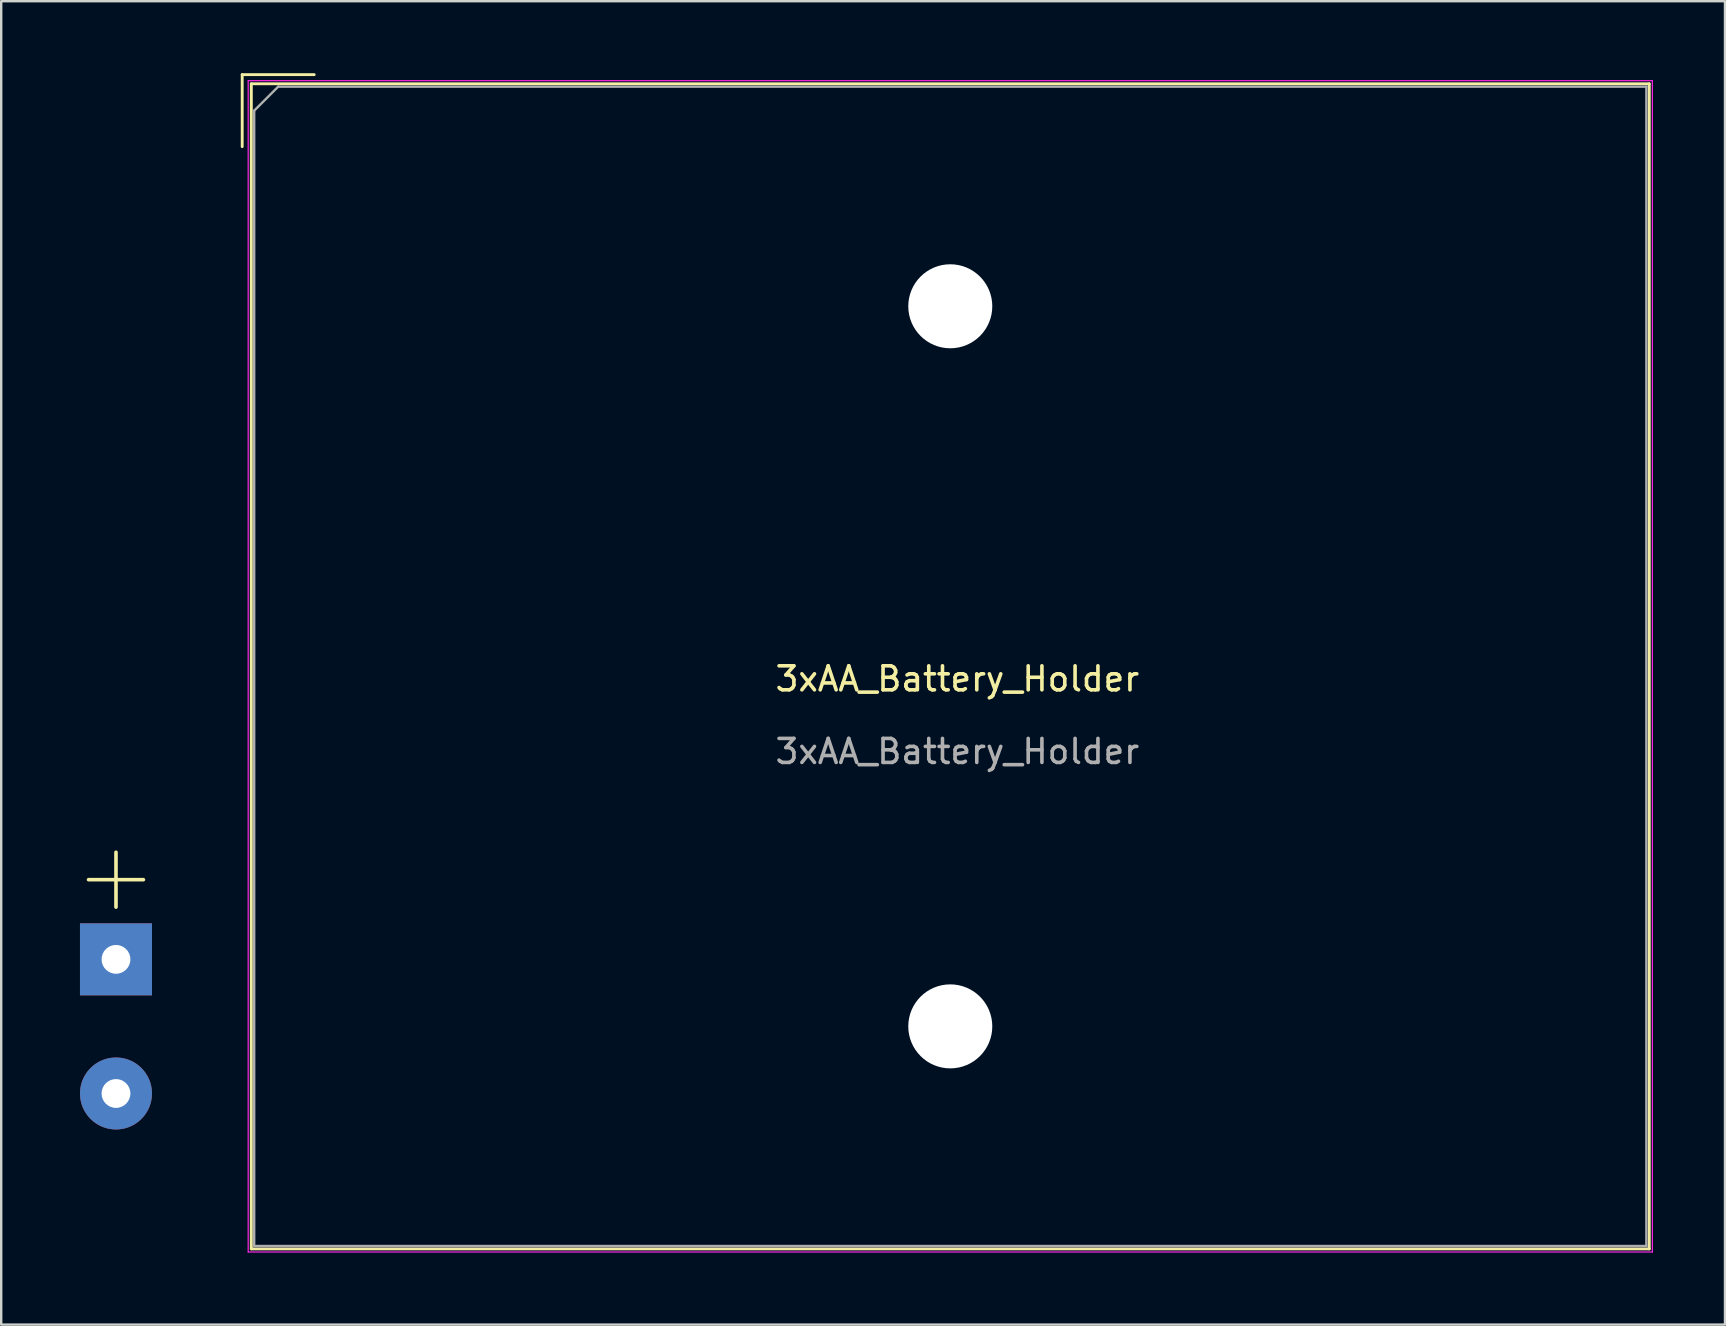
<source format=kicad_pcb>
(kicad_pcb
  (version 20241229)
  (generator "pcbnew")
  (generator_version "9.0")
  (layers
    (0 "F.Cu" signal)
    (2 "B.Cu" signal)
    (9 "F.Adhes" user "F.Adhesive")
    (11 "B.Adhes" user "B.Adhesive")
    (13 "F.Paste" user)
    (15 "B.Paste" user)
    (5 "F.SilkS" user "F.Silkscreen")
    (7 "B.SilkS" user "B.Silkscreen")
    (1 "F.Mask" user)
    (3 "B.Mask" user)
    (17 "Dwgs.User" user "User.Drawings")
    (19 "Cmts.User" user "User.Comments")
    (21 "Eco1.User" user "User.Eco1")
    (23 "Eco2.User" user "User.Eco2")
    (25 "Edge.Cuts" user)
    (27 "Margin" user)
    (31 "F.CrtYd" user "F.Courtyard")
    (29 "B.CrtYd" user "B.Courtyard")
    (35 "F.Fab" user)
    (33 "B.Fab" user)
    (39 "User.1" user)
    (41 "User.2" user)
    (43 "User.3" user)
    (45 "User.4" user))
  (footprint "3xAA_Battery_Holder"
    (layer "F.Cu")
    (at 36.834 24.726)
    (property "Reference" "3xAA_Battery_Holder" (at 0 0.508 0) (unlocked yes) (layer "F.SilkS") (effects (font (size 1 1) (thickness 0.15))))
    (attr through_hole)
    (fp_line (start -29.794 -24.666) (end -26.794 -24.666) (stroke (width 0.12) (type solid)) (layer "F.SilkS"))
    (fp_line (start -29.794 -21.666) (end -29.794 -24.666) (stroke (width 0.12) (type solid)) (layer "F.SilkS"))
    (fp_line (start -29.414 -24.286) (end -29.414 24.254) (stroke (width 0.12) (type solid)) (layer "F.SilkS"))
    (fp_line (start -29.414 -24.286) (end 28.826 -24.286) (stroke (width 0.12) (type solid)) (layer "F.SilkS"))
    (fp_line (start -29.414 24.254) (end 28.826 24.254) (stroke (width 0.12) (type solid)) (layer "F.SilkS"))
    (fp_line (start 28.826 -24.286) (end 28.826 24.254) (stroke (width 0.12) (type solid)) (layer "F.SilkS"))
    (fp_line (start -29.544 -24.416) (end -29.544 24.384) (stroke (width 0.05) (type solid)) (layer "F.CrtYd"))
    (fp_line (start -29.544 -24.416) (end 28.956 -24.416) (stroke (width 0.05) (type solid)) (layer "F.CrtYd"))
    (fp_line (start -29.544 24.384) (end 28.956 24.384) (stroke (width 0.05) (type solid)) (layer "F.CrtYd"))
    (fp_line (start 28.956 -24.416) (end 28.956 24.384) (stroke (width 0.05) (type solid)) (layer "F.CrtYd"))
    (fp_line (start -29.294 -23.166) (end -28.294 -24.166) (stroke (width 0.1) (type solid)) (layer "F.Fab"))
    (fp_line (start -29.294 24.134) (end -29.294 -23.166) (stroke (width 0.1) (type solid)) (layer "F.Fab"))
    (fp_line (start -28.294 -24.166) (end 28.706 -24.166) (stroke (width 0.1) (type solid)) (layer "F.Fab"))
    (fp_line (start 28.706 -24.166) (end 28.706 24.134) (stroke (width 0.1) (type solid)) (layer "F.Fab"))
    (fp_line (start 28.706 24.134) (end -29.294 24.134) (stroke (width 0.1) (type solid)) (layer "F.Fab"))
    (fp_text user "+" (at -35.052 8.636 0) (layer "F.SilkS") (effects (font (size 3 3) (thickness 0.15))))
    (fp_text user "${REFERENCE}" (at 0 3.532 0) (unlocked yes) (layer "F.Fab") (effects (font (size 1 1) (thickness 0.15))))
    (pad "" np_thru_hole circle (at -0.294 -15.016) (size 3.5 3.5) (drill 3.5) (layers "*.Cu" "*.Mask"))
    (pad "" np_thru_hole circle (at -0.294 14.984) (size 3.5 3.5) (drill 3.5) (layers "*.Cu" "*.Mask"))
    (pad "1" thru_hole rect (at -35.052 12.192) (size 3 3) (drill 1.2) (layers "*.Cu" "*.Mask"))
    (pad "2" thru_hole circle (at -35.052 17.78) (size 3 3) (drill 1.2) (layers "*.Cu" "*.Mask")))
  (gr_rect
    (start -3 -3)
    (end 68.815 52.135)
    (stroke (width 0.1) (type default))
    (fill no)
    (layer "Edge.Cuts")))
</source>
